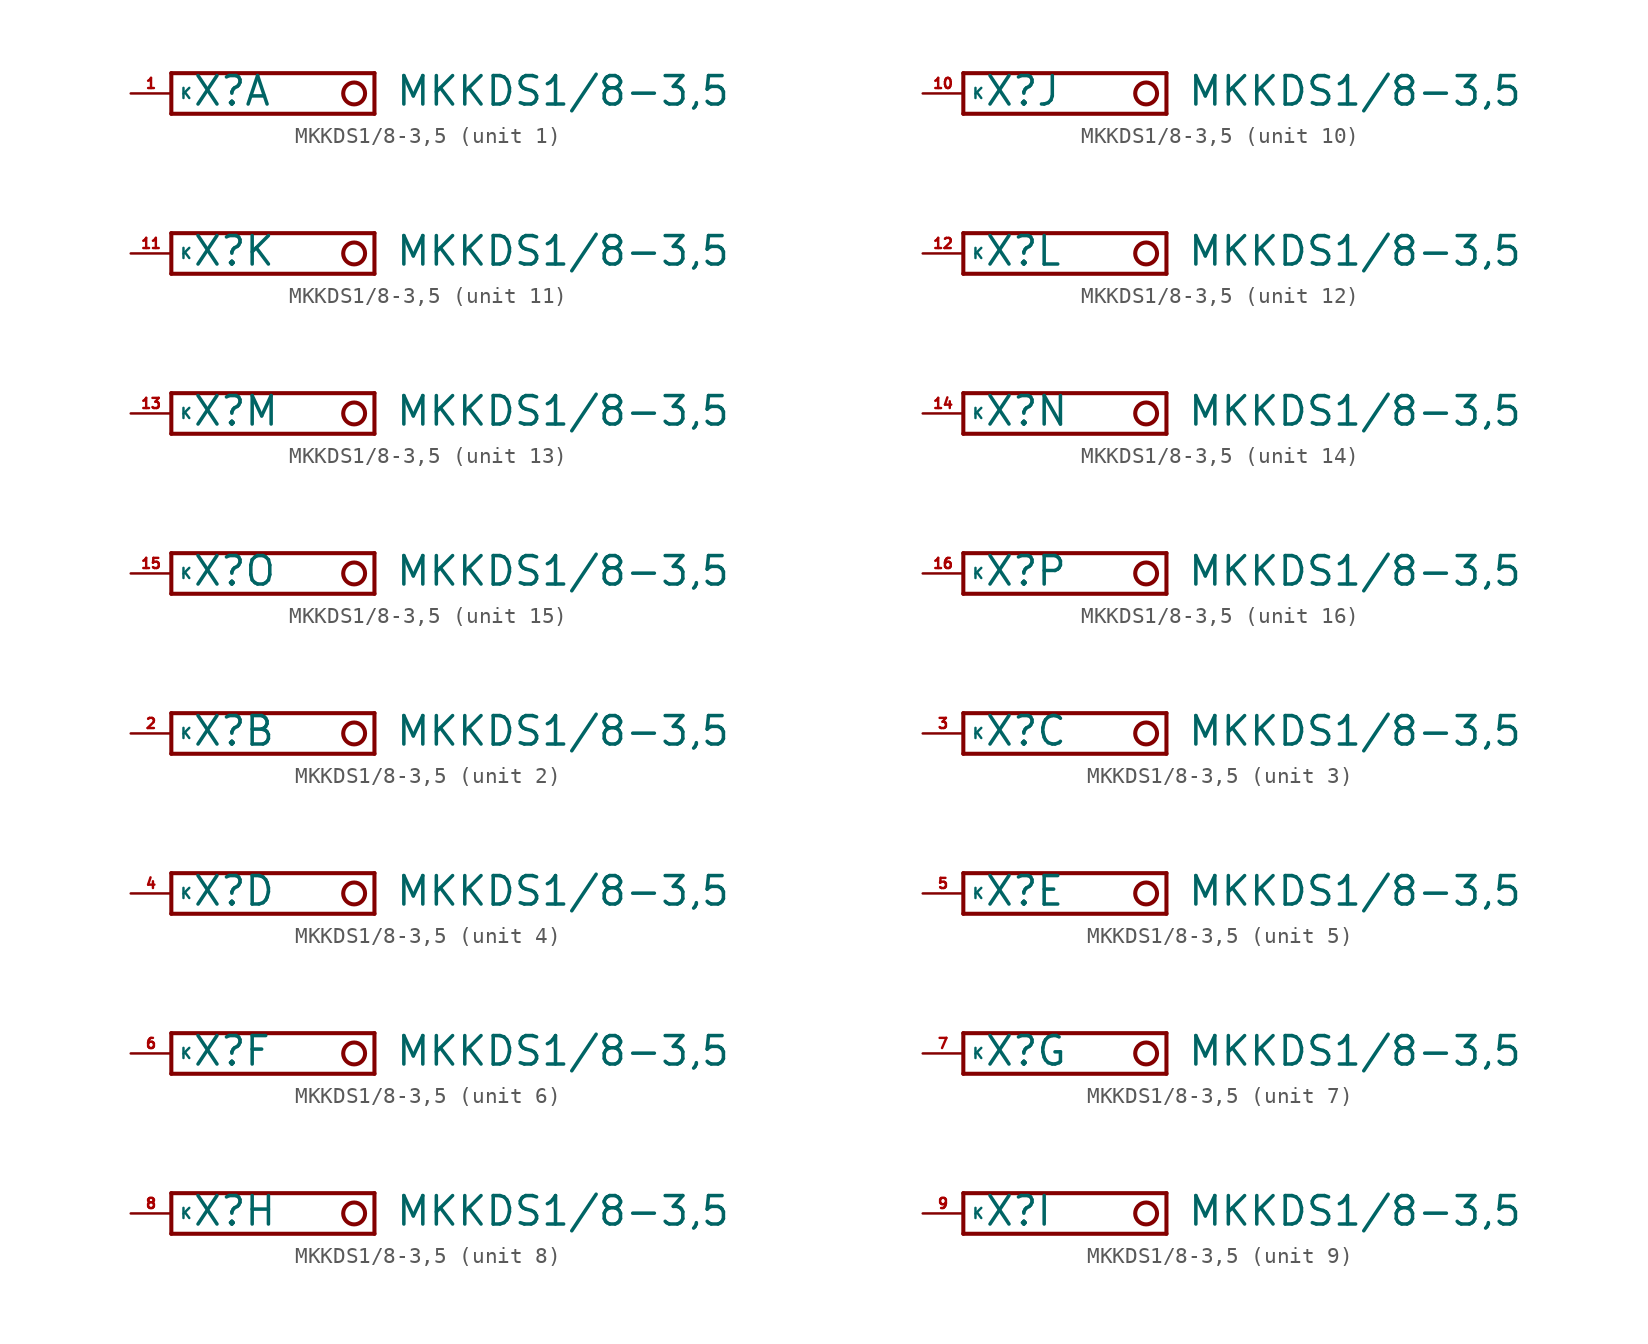
<source format=kicad_sym>
(kicad_symbol_lib
  (version 20220914)
  (generator Eagle2Kicad)
  (symbol "MKKDS1/8-3,5"
    (property "Reference" "X"
      (at 1.27 -0.889 0)
      (effects (font (size 1.778 1.778) (thickness 0.22)) (justify left bottom)))
    (property "Value" "MKKDS1/8-3,5"
      (at 13.97 -0.889 0)
      (effects (font (size 1.778 1.778) (thickness 0.22)) (justify left bottom)))
    (symbol "MKKDS1/8-3,5_1_0"
      (polyline (pts (xy 0 -1.27) (xy 0 1.27)) (stroke (width 0.254) (type default)) (fill (type none)))
      (polyline (pts (xy 12.7 -1.27) (xy 0 -1.27)) (stroke (width 0.254) (type default)) (fill (type none)))
      (polyline (pts (xy 12.7 -1.27) (xy 12.7 1.27)) (stroke (width 0.254) (type default)) (fill (type none)))
      (polyline (pts (xy 0 1.27) (xy 12.7 1.27)) (stroke (width 0.254) (type default)) (fill (type none)))
      (circle (center 11.43 0) (radius 0.684) (stroke (width 0.254) (type default)) (fill (type none)))
      (pin passive line (at -2.54 0 0) (length 2.54) (name "K" (effects (font (size 0.635 0.635) (thickness 0.08)) (justify left bottom))) (number "1" (effects (font (size 0.635 0.635) (thickness 0.08)) (justify left bottom)))))
    (symbol "MKKDS1/8-3,5_2_0"
      (polyline (pts (xy 0 -1.27) (xy 0 1.27)) (stroke (width 0.254) (type default)) (fill (type none)))
      (polyline (pts (xy 12.7 -1.27) (xy 0 -1.27)) (stroke (width 0.254) (type default)) (fill (type none)))
      (polyline (pts (xy 12.7 -1.27) (xy 12.7 1.27)) (stroke (width 0.254) (type default)) (fill (type none)))
      (polyline (pts (xy 0 1.27) (xy 12.7 1.27)) (stroke (width 0.254) (type default)) (fill (type none)))
      (circle (center 11.43 0) (radius 0.684) (stroke (width 0.254) (type default)) (fill (type none)))
      (pin passive line (at -2.54 0 0) (length 2.54) (name "K" (effects (font (size 0.635 0.635) (thickness 0.08)) (justify left bottom))) (number "2" (effects (font (size 0.635 0.635) (thickness 0.08)) (justify left bottom)))))
    (symbol "MKKDS1/8-3,5_3_0"
      (polyline (pts (xy 0 -1.27) (xy 0 1.27)) (stroke (width 0.254) (type default)) (fill (type none)))
      (polyline (pts (xy 12.7 -1.27) (xy 0 -1.27)) (stroke (width 0.254) (type default)) (fill (type none)))
      (polyline (pts (xy 12.7 -1.27) (xy 12.7 1.27)) (stroke (width 0.254) (type default)) (fill (type none)))
      (polyline (pts (xy 0 1.27) (xy 12.7 1.27)) (stroke (width 0.254) (type default)) (fill (type none)))
      (circle (center 11.43 0) (radius 0.684) (stroke (width 0.254) (type default)) (fill (type none)))
      (pin passive line (at -2.54 0 0) (length 2.54) (name "K" (effects (font (size 0.635 0.635) (thickness 0.08)) (justify left bottom))) (number "3" (effects (font (size 0.635 0.635) (thickness 0.08)) (justify left bottom)))))
    (symbol "MKKDS1/8-3,5_4_0"
      (polyline (pts (xy 0 -1.27) (xy 0 1.27)) (stroke (width 0.254) (type default)) (fill (type none)))
      (polyline (pts (xy 12.7 -1.27) (xy 0 -1.27)) (stroke (width 0.254) (type default)) (fill (type none)))
      (polyline (pts (xy 12.7 -1.27) (xy 12.7 1.27)) (stroke (width 0.254) (type default)) (fill (type none)))
      (polyline (pts (xy 0 1.27) (xy 12.7 1.27)) (stroke (width 0.254) (type default)) (fill (type none)))
      (circle (center 11.43 0) (radius 0.684) (stroke (width 0.254) (type default)) (fill (type none)))
      (pin passive line (at -2.54 0 0) (length 2.54) (name "K" (effects (font (size 0.635 0.635) (thickness 0.08)) (justify left bottom))) (number "4" (effects (font (size 0.635 0.635) (thickness 0.08)) (justify left bottom)))))
    (symbol "MKKDS1/8-3,5_5_0"
      (polyline (pts (xy 0 -1.27) (xy 0 1.27)) (stroke (width 0.254) (type default)) (fill (type none)))
      (polyline (pts (xy 12.7 -1.27) (xy 0 -1.27)) (stroke (width 0.254) (type default)) (fill (type none)))
      (polyline (pts (xy 12.7 -1.27) (xy 12.7 1.27)) (stroke (width 0.254) (type default)) (fill (type none)))
      (polyline (pts (xy 0 1.27) (xy 12.7 1.27)) (stroke (width 0.254) (type default)) (fill (type none)))
      (circle (center 11.43 0) (radius 0.684) (stroke (width 0.254) (type default)) (fill (type none)))
      (pin passive line (at -2.54 0 0) (length 2.54) (name "K" (effects (font (size 0.635 0.635) (thickness 0.08)) (justify left bottom))) (number "5" (effects (font (size 0.635 0.635) (thickness 0.08)) (justify left bottom)))))
    (symbol "MKKDS1/8-3,5_6_0"
      (polyline (pts (xy 0 -1.27) (xy 0 1.27)) (stroke (width 0.254) (type default)) (fill (type none)))
      (polyline (pts (xy 12.7 -1.27) (xy 0 -1.27)) (stroke (width 0.254) (type default)) (fill (type none)))
      (polyline (pts (xy 12.7 -1.27) (xy 12.7 1.27)) (stroke (width 0.254) (type default)) (fill (type none)))
      (polyline (pts (xy 0 1.27) (xy 12.7 1.27)) (stroke (width 0.254) (type default)) (fill (type none)))
      (circle (center 11.43 0) (radius 0.684) (stroke (width 0.254) (type default)) (fill (type none)))
      (pin passive line (at -2.54 0 0) (length 2.54) (name "K" (effects (font (size 0.635 0.635) (thickness 0.08)) (justify left bottom))) (number "6" (effects (font (size 0.635 0.635) (thickness 0.08)) (justify left bottom)))))
    (symbol "MKKDS1/8-3,5_7_0"
      (polyline (pts (xy 0 -1.27) (xy 0 1.27)) (stroke (width 0.254) (type default)) (fill (type none)))
      (polyline (pts (xy 12.7 -1.27) (xy 0 -1.27)) (stroke (width 0.254) (type default)) (fill (type none)))
      (polyline (pts (xy 12.7 -1.27) (xy 12.7 1.27)) (stroke (width 0.254) (type default)) (fill (type none)))
      (polyline (pts (xy 0 1.27) (xy 12.7 1.27)) (stroke (width 0.254) (type default)) (fill (type none)))
      (circle (center 11.43 0) (radius 0.684) (stroke (width 0.254) (type default)) (fill (type none)))
      (pin passive line (at -2.54 0 0) (length 2.54) (name "K" (effects (font (size 0.635 0.635) (thickness 0.08)) (justify left bottom))) (number "7" (effects (font (size 0.635 0.635) (thickness 0.08)) (justify left bottom)))))
    (symbol "MKKDS1/8-3,5_8_0"
      (polyline (pts (xy 0 -1.27) (xy 0 1.27)) (stroke (width 0.254) (type default)) (fill (type none)))
      (polyline (pts (xy 12.7 -1.27) (xy 0 -1.27)) (stroke (width 0.254) (type default)) (fill (type none)))
      (polyline (pts (xy 12.7 -1.27) (xy 12.7 1.27)) (stroke (width 0.254) (type default)) (fill (type none)))
      (polyline (pts (xy 0 1.27) (xy 12.7 1.27)) (stroke (width 0.254) (type default)) (fill (type none)))
      (circle (center 11.43 0) (radius 0.684) (stroke (width 0.254) (type default)) (fill (type none)))
      (pin passive line (at -2.54 0 0) (length 2.54) (name "K" (effects (font (size 0.635 0.635) (thickness 0.08)) (justify left bottom))) (number "8" (effects (font (size 0.635 0.635) (thickness 0.08)) (justify left bottom)))))
    (symbol "MKKDS1/8-3,5_9_0"
      (polyline (pts (xy 0 -1.27) (xy 0 1.27)) (stroke (width 0.254) (type default)) (fill (type none)))
      (polyline (pts (xy 12.7 -1.27) (xy 0 -1.27)) (stroke (width 0.254) (type default)) (fill (type none)))
      (polyline (pts (xy 12.7 -1.27) (xy 12.7 1.27)) (stroke (width 0.254) (type default)) (fill (type none)))
      (polyline (pts (xy 0 1.27) (xy 12.7 1.27)) (stroke (width 0.254) (type default)) (fill (type none)))
      (circle (center 11.43 0) (radius 0.684) (stroke (width 0.254) (type default)) (fill (type none)))
      (pin passive line (at -2.54 0 0) (length 2.54) (name "K" (effects (font (size 0.635 0.635) (thickness 0.08)) (justify left bottom))) (number "9" (effects (font (size 0.635 0.635) (thickness 0.08)) (justify left bottom)))))
    (symbol "MKKDS1/8-3,5_10_0"
      (polyline (pts (xy 0 -1.27) (xy 0 1.27)) (stroke (width 0.254) (type default)) (fill (type none)))
      (polyline (pts (xy 12.7 -1.27) (xy 0 -1.27)) (stroke (width 0.254) (type default)) (fill (type none)))
      (polyline (pts (xy 12.7 -1.27) (xy 12.7 1.27)) (stroke (width 0.254) (type default)) (fill (type none)))
      (polyline (pts (xy 0 1.27) (xy 12.7 1.27)) (stroke (width 0.254) (type default)) (fill (type none)))
      (circle (center 11.43 0) (radius 0.684) (stroke (width 0.254) (type default)) (fill (type none)))
      (pin passive line (at -2.54 0 0) (length 2.54) (name "K" (effects (font (size 0.635 0.635) (thickness 0.08)) (justify left bottom))) (number "10" (effects (font (size 0.635 0.635) (thickness 0.08)) (justify left bottom)))))
    (symbol "MKKDS1/8-3,5_11_0"
      (polyline (pts (xy 0 -1.27) (xy 0 1.27)) (stroke (width 0.254) (type default)) (fill (type none)))
      (polyline (pts (xy 12.7 -1.27) (xy 0 -1.27)) (stroke (width 0.254) (type default)) (fill (type none)))
      (polyline (pts (xy 12.7 -1.27) (xy 12.7 1.27)) (stroke (width 0.254) (type default)) (fill (type none)))
      (polyline (pts (xy 0 1.27) (xy 12.7 1.27)) (stroke (width 0.254) (type default)) (fill (type none)))
      (circle (center 11.43 0) (radius 0.684) (stroke (width 0.254) (type default)) (fill (type none)))
      (pin passive line (at -2.54 0 0) (length 2.54) (name "K" (effects (font (size 0.635 0.635) (thickness 0.08)) (justify left bottom))) (number "11" (effects (font (size 0.635 0.635) (thickness 0.08)) (justify left bottom)))))
    (symbol "MKKDS1/8-3,5_12_0"
      (polyline (pts (xy 0 -1.27) (xy 0 1.27)) (stroke (width 0.254) (type default)) (fill (type none)))
      (polyline (pts (xy 12.7 -1.27) (xy 0 -1.27)) (stroke (width 0.254) (type default)) (fill (type none)))
      (polyline (pts (xy 12.7 -1.27) (xy 12.7 1.27)) (stroke (width 0.254) (type default)) (fill (type none)))
      (polyline (pts (xy 0 1.27) (xy 12.7 1.27)) (stroke (width 0.254) (type default)) (fill (type none)))
      (circle (center 11.43 0) (radius 0.684) (stroke (width 0.254) (type default)) (fill (type none)))
      (pin passive line (at -2.54 0 0) (length 2.54) (name "K" (effects (font (size 0.635 0.635) (thickness 0.08)) (justify left bottom))) (number "12" (effects (font (size 0.635 0.635) (thickness 0.08)) (justify left bottom)))))
    (symbol "MKKDS1/8-3,5_13_0"
      (polyline (pts (xy 0 -1.27) (xy 0 1.27)) (stroke (width 0.254) (type default)) (fill (type none)))
      (polyline (pts (xy 12.7 -1.27) (xy 0 -1.27)) (stroke (width 0.254) (type default)) (fill (type none)))
      (polyline (pts (xy 12.7 -1.27) (xy 12.7 1.27)) (stroke (width 0.254) (type default)) (fill (type none)))
      (polyline (pts (xy 0 1.27) (xy 12.7 1.27)) (stroke (width 0.254) (type default)) (fill (type none)))
      (circle (center 11.43 0) (radius 0.684) (stroke (width 0.254) (type default)) (fill (type none)))
      (pin passive line (at -2.54 0 0) (length 2.54) (name "K" (effects (font (size 0.635 0.635) (thickness 0.08)) (justify left bottom))) (number "13" (effects (font (size 0.635 0.635) (thickness 0.08)) (justify left bottom)))))
    (symbol "MKKDS1/8-3,5_14_0"
      (polyline (pts (xy 0 -1.27) (xy 0 1.27)) (stroke (width 0.254) (type default)) (fill (type none)))
      (polyline (pts (xy 12.7 -1.27) (xy 0 -1.27)) (stroke (width 0.254) (type default)) (fill (type none)))
      (polyline (pts (xy 12.7 -1.27) (xy 12.7 1.27)) (stroke (width 0.254) (type default)) (fill (type none)))
      (polyline (pts (xy 0 1.27) (xy 12.7 1.27)) (stroke (width 0.254) (type default)) (fill (type none)))
      (circle (center 11.43 0) (radius 0.684) (stroke (width 0.254) (type default)) (fill (type none)))
      (pin passive line (at -2.54 0 0) (length 2.54) (name "K" (effects (font (size 0.635 0.635) (thickness 0.08)) (justify left bottom))) (number "14" (effects (font (size 0.635 0.635) (thickness 0.08)) (justify left bottom)))))
    (symbol "MKKDS1/8-3,5_15_0"
      (polyline (pts (xy 0 -1.27) (xy 0 1.27)) (stroke (width 0.254) (type default)) (fill (type none)))
      (polyline (pts (xy 12.7 -1.27) (xy 0 -1.27)) (stroke (width 0.254) (type default)) (fill (type none)))
      (polyline (pts (xy 12.7 -1.27) (xy 12.7 1.27)) (stroke (width 0.254) (type default)) (fill (type none)))
      (polyline (pts (xy 0 1.27) (xy 12.7 1.27)) (stroke (width 0.254) (type default)) (fill (type none)))
      (circle (center 11.43 0) (radius 0.684) (stroke (width 0.254) (type default)) (fill (type none)))
      (pin passive line (at -2.54 0 0) (length 2.54) (name "K" (effects (font (size 0.635 0.635) (thickness 0.08)) (justify left bottom))) (number "15" (effects (font (size 0.635 0.635) (thickness 0.08)) (justify left bottom)))))
    (symbol "MKKDS1/8-3,5_16_0"
      (polyline (pts (xy 0 -1.27) (xy 0 1.27)) (stroke (width 0.254) (type default)) (fill (type none)))
      (polyline (pts (xy 12.7 -1.27) (xy 0 -1.27)) (stroke (width 0.254) (type default)) (fill (type none)))
      (polyline (pts (xy 12.7 -1.27) (xy 12.7 1.27)) (stroke (width 0.254) (type default)) (fill (type none)))
      (polyline (pts (xy 0 1.27) (xy 12.7 1.27)) (stroke (width 0.254) (type default)) (fill (type none)))
      (circle (center 11.43 0) (radius 0.684) (stroke (width 0.254) (type default)) (fill (type none)))
      (pin passive line (at -2.54 0 0) (length 2.54) (name "K" (effects (font (size 0.635 0.635) (thickness 0.08)) (justify left bottom))) (number "16" (effects (font (size 0.635 0.635) (thickness 0.08)) (justify left bottom)))))))
</source>
